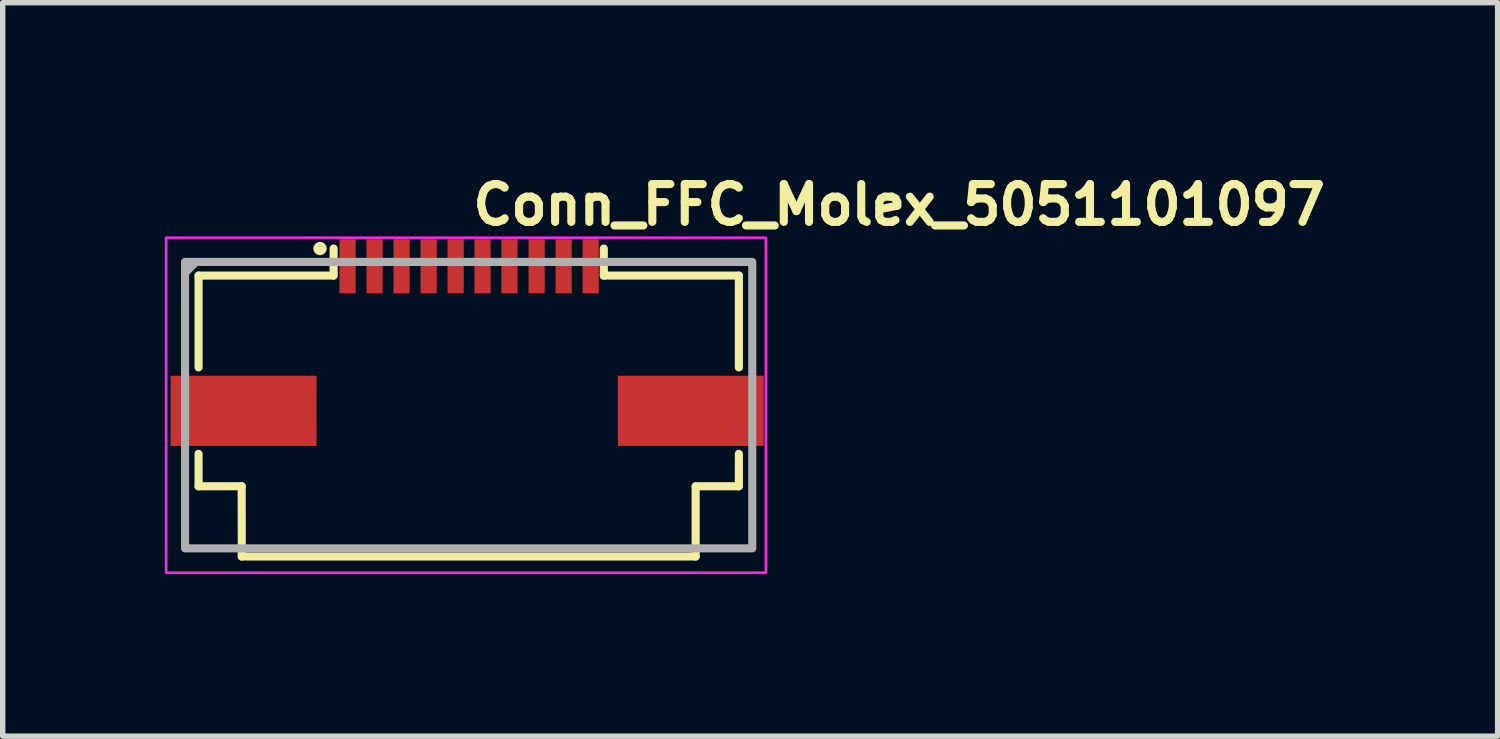
<source format=kicad_pcb>
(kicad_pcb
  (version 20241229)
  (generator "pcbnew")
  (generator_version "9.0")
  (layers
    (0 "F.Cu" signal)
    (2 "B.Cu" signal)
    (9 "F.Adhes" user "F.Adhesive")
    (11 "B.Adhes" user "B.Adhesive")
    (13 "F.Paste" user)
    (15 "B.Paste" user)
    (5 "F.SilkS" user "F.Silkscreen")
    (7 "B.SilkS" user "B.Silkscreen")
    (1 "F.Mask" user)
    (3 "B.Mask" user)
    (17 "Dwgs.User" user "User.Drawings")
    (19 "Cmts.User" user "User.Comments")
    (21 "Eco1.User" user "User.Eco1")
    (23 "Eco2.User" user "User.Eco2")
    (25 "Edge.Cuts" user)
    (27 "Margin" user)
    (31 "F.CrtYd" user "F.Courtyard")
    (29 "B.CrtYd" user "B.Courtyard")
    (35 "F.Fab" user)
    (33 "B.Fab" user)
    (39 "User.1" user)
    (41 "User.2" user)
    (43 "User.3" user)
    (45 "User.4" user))
  (footprint "Conn_FFC_Molex_5051101097"
    (layer "F.Cu")
    (at 5.625 4.45)
    (property "Reference" "Conn_FFC_Molex_5051101097" (at 0 -3.3 0) (layer "F.SilkS") (effects (font (size 0.7 0.7) (thickness 0.15)) (justify left bottom)))
    (attr smd)
    (fp_line (start -5 -2.4) (end -2.5 -2.4) (stroke (width 0.15) (type solid)) (layer "F.SilkS"))
    (fp_line (start -5 -0.7) (end -5 -2.4) (stroke (width 0.15) (type solid)) (layer "F.SilkS"))
    (fp_line (start -5 1.5) (end -5 0.9) (stroke (width 0.15) (type solid)) (layer "F.SilkS"))
    (fp_line (start -4.202 1.5) (end -5 1.5) (stroke (width 0.15) (type solid)) (layer "F.SilkS"))
    (fp_line (start -4.202 1.5) (end -4.2 2.8) (stroke (width 0.15) (type solid)) (layer "F.SilkS"))
    (fp_line (start -4.2 2.8) (end 4.2 2.8) (stroke (width 0.15) (type solid)) (layer "F.SilkS"))
    (fp_line (start -2.5 -2.4) (end -2.5 -2.9) (stroke (width 0.15) (type solid)) (layer "F.SilkS"))
    (fp_line (start 2.5 -2.4) (end 2.5 -2.9) (stroke (width 0.15) (type solid)) (layer "F.SilkS"))
    (fp_line (start 4.2 1.5) (end 4.2 2.8) (stroke (width 0.15) (type solid)) (layer "F.SilkS"))
    (fp_line (start 5 -2.4) (end 2.5 -2.4) (stroke (width 0.15) (type solid)) (layer "F.SilkS"))
    (fp_line (start 5 -0.7) (end 5 -2.4) (stroke (width 0.15) (type solid)) (layer "F.SilkS"))
    (fp_line (start 5 1.5) (end 4.2 1.5) (stroke (width 0.15) (type solid)) (layer "F.SilkS"))
    (fp_line (start 5 1.5) (end 5 0.9) (stroke (width 0.15) (type solid)) (layer "F.SilkS"))
    (fp_circle (center -2.752 -2.9) (end -2.704 -2.9) (stroke (width 0.15) (type solid)) (fill yes) (layer "F.SilkS"))
    (fp_rect (start -5.6 -3.1) (end 5.5 3.1) (stroke (width 0.05) (type solid)) (fill no) (layer "F.CrtYd"))
    (fp_line (start -5.225 -2.475) (end -5.075 -2.625) (stroke (width 0.15) (type solid)) (layer "F.Fab"))
    (fp_rect (start -5.25 -2.652) (end 5.248 2.649) (stroke (width 0.15) (type solid)) (fill no) (layer "F.Fab"))
    (fp_rect (start -5.25 -2.652) (end 5.248 2.649) (stroke (width 0.1) (type solid)) (fill no) (layer "User.5"))
    (fp_line (start -5.25 -0.019) (end -5.25 -0.01) (stroke (width 0.02) (type solid)) (layer "User.9"))
    (fp_line (start -5.25 -0.01) (end -5.25 0.001) (stroke (width 0.02) (type solid)) (layer "User.9"))
    (fp_line (start -5.25 0.498) (end -5.25 0.001) (stroke (width 0.02) (type solid)) (layer "User.9"))
    (fp_line (start -5.25 0.498) (end -5.25 0.508) (stroke (width 0.02) (type solid)) (layer "User.9"))
    (fp_line (start -5.25 0.508) (end -5.25 0.52) (stroke (width 0.02) (type solid)) (layer "User.9"))
    (fp_line (start -5.25 0.52) (end -5.249 0.53) (stroke (width 0.02) (type solid)) (layer "User.9"))
    (fp_line (start -5.249 -0.03) (end -5.25 -0.019) (stroke (width 0.02) (type solid)) (layer "User.9"))
    (fp_line (start -5.249 0.53) (end -5.247 0.54) (stroke (width 0.02) (type solid)) (layer "User.9"))
    (fp_line (start -5.247 -0.039) (end -5.249 -0.03) (stroke (width 0.02) (type solid)) (layer "User.9"))
    (fp_line (start -5.247 0.54) (end -5.244 0.549) (stroke (width 0.02) (type solid)) (layer "User.9"))
    (fp_line (start -5.244 -0.05) (end -5.247 -0.039) (stroke (width 0.02) (type solid)) (layer "User.9"))
    (fp_line (start -5.244 0.549) (end -5.242 0.559) (stroke (width 0.02) (type solid)) (layer "User.9"))
    (fp_line (start -5.242 -0.06) (end -5.244 -0.05) (stroke (width 0.02) (type solid)) (layer "User.9"))
    (fp_line (start -5.242 0.559) (end -5.239 0.568) (stroke (width 0.02) (type solid)) (layer "User.9"))
    (fp_line (start -5.239 -0.069) (end -5.242 -0.06) (stroke (width 0.02) (type solid)) (layer "User.9"))
    (fp_line (start -5.239 0.568) (end -5.236 0.576) (stroke (width 0.02) (type solid)) (layer "User.9"))
    (fp_line (start -5.236 -0.076) (end -5.239 -0.069) (stroke (width 0.02) (type solid)) (layer "User.9"))
    (fp_line (start -5.236 0.576) (end -5.231 0.584) (stroke (width 0.02) (type solid)) (layer "User.9"))
    (fp_line (start -5.231 -0.087) (end -5.236 -0.076) (stroke (width 0.02) (type solid)) (layer "User.9"))
    (fp_line (start -5.231 0.584) (end -5.228 0.593) (stroke (width 0.02) (type solid)) (layer "User.9"))
    (fp_line (start -5.228 -0.094) (end -5.231 -0.087) (stroke (width 0.02) (type solid)) (layer "User.9"))
    (fp_line (start -5.228 0.593) (end -5.223 0.601) (stroke (width 0.02) (type solid)) (layer "User.9"))
    (fp_line (start -5.223 -0.104) (end -5.228 -0.094) (stroke (width 0.02) (type solid)) (layer "User.9"))
    (fp_line (start -5.223 0.601) (end -5.218 0.609) (stroke (width 0.02) (type solid)) (layer "User.9"))
    (fp_line (start -5.218 -0.11) (end -5.223 -0.104) (stroke (width 0.02) (type solid)) (layer "User.9"))
    (fp_line (start -5.218 0.609) (end -5.212 0.617) (stroke (width 0.02) (type solid)) (layer "User.9"))
    (fp_line (start -5.212 -0.12) (end -5.218 -0.11) (stroke (width 0.02) (type solid)) (layer "User.9"))
    (fp_line (start -5.212 0.617) (end -5.205 0.625) (stroke (width 0.02) (type solid)) (layer "User.9"))
    (fp_line (start -5.205 -0.126) (end -5.212 -0.12) (stroke (width 0.02) (type solid)) (layer "User.9"))
    (fp_line (start -5.205 0.625) (end -5.199 0.633) (stroke (width 0.02) (type solid)) (layer "User.9"))
    (fp_line (start -5.199 -0.136) (end -5.205 -0.126) (stroke (width 0.02) (type solid)) (layer "User.9"))
    (fp_line (start -5.199 0.633) (end -5.194 0.642) (stroke (width 0.02) (type solid)) (layer "User.9"))
    (fp_line (start -5.194 -0.143) (end -5.199 -0.136) (stroke (width 0.02) (type solid)) (layer "User.9"))
    (fp_line (start -5.194 -0.143) (end -5.194 -0.143) (stroke (width 0.02) (type solid)) (layer "User.9"))
    (fp_line (start -5.194 0.642) (end -5.194 0.642) (stroke (width 0.02) (type solid)) (layer "User.9"))
    (fp_line (start -5.194 0.642) (end -5.186 0.649) (stroke (width 0.02) (type solid)) (layer "User.9"))
    (fp_line (start -5.186 -0.148) (end -5.194 -0.143) (stroke (width 0.02) (type solid)) (layer "User.9"))
    (fp_line (start -5.186 0.649) (end -5.178 0.655) (stroke (width 0.02) (type solid)) (layer "User.9"))
    (fp_line (start -5.178 -0.154) (end -5.186 -0.148) (stroke (width 0.02) (type solid)) (layer "User.9"))
    (fp_line (start -5.178 0.655) (end -5.17 0.661) (stroke (width 0.02) (type solid)) (layer "User.9"))
    (fp_line (start -5.17 -0.162) (end -5.178 -0.154) (stroke (width 0.02) (type solid)) (layer "User.9"))
    (fp_line (start -5.17 0.661) (end -5.162 0.667) (stroke (width 0.02) (type solid)) (layer "User.9"))
    (fp_line (start -5.162 -0.168) (end -5.17 -0.162) (stroke (width 0.02) (type solid)) (layer "User.9"))
    (fp_line (start -5.162 0.667) (end -5.154 0.672) (stroke (width 0.02) (type solid)) (layer "User.9"))
    (fp_line (start -5.154 -0.173) (end -5.162 -0.168) (stroke (width 0.02) (type solid)) (layer "User.9"))
    (fp_line (start -5.154 0.672) (end -5.146 0.677) (stroke (width 0.02) (type solid)) (layer "User.9"))
    (fp_line (start -5.146 -0.176) (end -5.154 -0.173) (stroke (width 0.02) (type solid)) (layer "User.9"))
    (fp_line (start -5.146 0.677) (end -5.137 0.681) (stroke (width 0.02) (type solid)) (layer "User.9"))
    (fp_line (start -5.137 -0.18) (end -5.146 -0.176) (stroke (width 0.02) (type solid)) (layer "User.9"))
    (fp_line (start -5.137 0.681) (end -5.127 0.685) (stroke (width 0.02) (type solid)) (layer "User.9"))
    (fp_line (start -5.127 -0.184) (end -5.137 -0.18) (stroke (width 0.02) (type solid)) (layer "User.9"))
    (fp_line (start -5.127 0.685) (end -5.119 0.689) (stroke (width 0.02) (type solid)) (layer "User.9"))
    (fp_line (start -5.119 -0.188) (end -5.127 -0.184) (stroke (width 0.02) (type solid)) (layer "User.9"))
    (fp_line (start -5.119 0.689) (end -5.109 0.692) (stroke (width 0.02) (type solid)) (layer "User.9"))
    (fp_line (start -5.109 -0.191) (end -5.119 -0.188) (stroke (width 0.02) (type solid)) (layer "User.9"))
    (fp_line (start -5.109 0.692) (end -5.101 0.694) (stroke (width 0.02) (type solid)) (layer "User.9"))
    (fp_line (start -5.101 -0.195) (end -5.109 -0.191) (stroke (width 0.02) (type solid)) (layer "User.9"))
    (fp_line (start -5.101 0.694) (end -5.09 0.697) (stroke (width 0.02) (type solid)) (layer "User.9"))
    (fp_line (start -5.09 -0.198) (end -5.101 -0.195) (stroke (width 0.02) (type solid)) (layer "User.9"))
    (fp_line (start -5.09 0.697) (end -5.08 0.698) (stroke (width 0.02) (type solid)) (layer "User.9"))
    (fp_line (start -5.08 -0.199) (end -5.09 -0.198) (stroke (width 0.02) (type solid)) (layer "User.9"))
    (fp_line (start -5.08 0.698) (end -5.071 0.7) (stroke (width 0.02) (type solid)) (layer "User.9"))
    (fp_line (start -5.071 -0.201) (end -5.08 -0.199) (stroke (width 0.02) (type solid)) (layer "User.9"))
    (fp_line (start -5.071 0.7) (end -5.061 0.7) (stroke (width 0.02) (type solid)) (layer "User.9"))
    (fp_line (start -5.061 -0.201) (end -5.071 -0.201) (stroke (width 0.02) (type solid)) (layer "User.9"))
    (fp_line (start -5.061 0.7) (end -5.05 0.7) (stroke (width 0.02) (type solid)) (layer "User.9"))
    (fp_line (start -5.05 -0.202) (end -5.061 -0.201) (stroke (width 0.02) (type solid)) (layer "User.9"))
    (fp_line (start -4.851 -2.601) (end -4.851 -2.25) (stroke (width 0.02) (type solid)) (layer "User.9"))
    (fp_line (start -4.851 -2.25) (end -4.851 1.348) (stroke (width 0.02) (type solid)) (layer "User.9"))
    (fp_line (start -4.851 -0.202) (end -5.05 -0.202) (stroke (width 0.02) (type solid)) (layer "User.9"))
    (fp_line (start -4.851 0.7) (end -5.05 0.7) (stroke (width 0.02) (type solid)) (layer "User.9"))
    (fp_line (start -4.851 1.348) (end -4.202 1.348) (stroke (width 0.02) (type solid)) (layer "User.9"))
    (fp_line (start -4.3 -2.601) (end -4.851 -2.601) (stroke (width 0.02) (type solid)) (layer "User.9"))
    (fp_line (start -4.3 -2.25) (end -4.3 -2.601) (stroke (width 0.02) (type solid)) (layer "User.9"))
    (fp_line (start -4.202 -0.629) (end -2.786 -0.629) (stroke (width 0.02) (type solid)) (layer "User.9"))
    (fp_line (start -4.202 -0.329) (end -4.053 -0.372) (stroke (width 0.02) (type solid)) (layer "User.9"))
    (fp_line (start -4.202 1.348) (end -4.202 -0.832) (stroke (width 0.02) (type solid)) (layer "User.9"))
    (fp_line (start -4.13 -0.24) (end -4.202 -0.261) (stroke (width 0.02) (type solid)) (layer "User.9"))
    (fp_line (start -4.13 -0.163) (end -4.13 -0.24) (stroke (width 0.02) (type solid)) (layer "User.9"))
    (fp_line (start -4.13 0.013) (end -4.13 -0.163) (stroke (width 0.02) (type solid)) (layer "User.9"))
    (fp_line (start -4.13 1.3) (end -4.202 1.3) (stroke (width 0.02) (type solid)) (layer "User.9"))
    (fp_line (start -4.13 1.3) (end -4.13 0.013) (stroke (width 0.02) (type solid)) (layer "User.9"))
    (fp_line (start -4.13 1.3) (end -4.053 1.3) (stroke (width 0.02) (type solid)) (layer "User.9"))
    (fp_line (start -4.053 -0.476) (end -4.053 -0.465) (stroke (width 0.02) (type solid)) (layer "User.9"))
    (fp_line (start -4.053 -0.475) (end -4.053 -0.476) (stroke (width 0.02) (type solid)) (layer "User.9"))
    (fp_line (start -4.053 -0.465) (end -4.053 -0.372) (stroke (width 0.02) (type solid)) (layer "User.9"))
    (fp_line (start -4.053 1.348) (end -4.202 1.348) (stroke (width 0.02) (type solid)) (layer "User.9"))
    (fp_line (start -4.053 1.348) (end -4.053 1.3) (stroke (width 0.02) (type solid)) (layer "User.9"))
    (fp_line (start -4.053 2.548) (end -4.053 1.3) (stroke (width 0.02) (type solid)) (layer "User.9"))
    (fp_line (start -4.053 2.548) (end -2.702 2.548) (stroke (width 0.02) (type solid)) (layer "User.9"))
    (fp_line (start -2.786 -0.688) (end -2.786 -0.629) (stroke (width 0.02) (type solid)) (layer "User.9"))
    (fp_line (start -2.786 -0.476) (end -2.786 -0.629) (stroke (width 0.02) (type solid)) (layer "User.9"))
    (fp_line (start -2.702 2.649) (end -2.702 2.548) (stroke (width 0.02) (type solid)) (layer "User.9"))
    (fp_line (start -2.702 2.649) (end 2.697 2.649) (stroke (width 0.02) (type solid)) (layer "User.9"))
    (fp_line (start -2.355 -0.832) (end -2.355 -0.688) (stroke (width 0.02) (type solid)) (layer "User.9"))
    (fp_line (start -2.355 -0.688) (end -2.786 -0.688) (stroke (width 0.02) (type solid)) (layer "User.9"))
    (fp_line (start -2.355 -0.476) (end -4.053 -0.476) (stroke (width 0.02) (type solid)) (layer "User.9"))
    (fp_line (start -2.355 -0.476) (end -2.355 -0.465) (stroke (width 0.02) (type solid)) (layer "User.9"))
    (fp_line (start -2.355 -0.465) (end -2.355 -0.163) (stroke (width 0.02) (type solid)) (layer "User.9"))
    (fp_line (start -2.355 -0.352) (end -2.327 -0.352) (stroke (width 0.02) (type solid)) (layer "User.9"))
    (fp_line (start -2.355 -0.163) (end -2.355 0.013) (stroke (width 0.02) (type solid)) (layer "User.9"))
    (fp_line (start -2.355 0.013) (end -2.355 0.35) (stroke (width 0.02) (type solid)) (layer "User.9"))
    (fp_line (start -2.355 0.05) (end -2.327 0.05) (stroke (width 0.02) (type solid)) (layer "User.9"))
    (fp_line (start -2.355 0.298) (end -2.327 0.298) (stroke (width 0.02) (type solid)) (layer "User.9"))
    (fp_line (start -2.327 -2.5) (end -2.327 -2.652) (stroke (width 0.02) (type solid)) (layer "User.9"))
    (fp_line (start -2.327 -2.25) (end -2.327 -2.5) (stroke (width 0.02) (type solid)) (layer "User.9"))
    (fp_line (start -2.327 -0.042) (end -2.327 -0.832) (stroke (width 0.02) (type solid)) (layer "User.9"))
    (fp_line (start -2.327 0.173) (end -2.327 -0.042) (stroke (width 0.02) (type solid)) (layer "User.9"))
    (fp_line (start -2.327 0.173) (end -2.327 0.173) (stroke (width 0.02) (type solid)) (layer "User.9"))
    (fp_line (start -2.327 0.261) (end -2.327 0.173) (stroke (width 0.02) (type solid)) (layer "User.9"))
    (fp_line (start -2.327 0.261) (end -2.178 0.261) (stroke (width 0.02) (type solid)) (layer "User.9"))
    (fp_line (start -2.327 0.35) (end -2.327 0.261) (stroke (width 0.02) (type solid)) (layer "User.9"))
    (fp_line (start -2.178 -2.652) (end -2.327 -2.652) (stroke (width 0.02) (type solid)) (layer "User.9"))
    (fp_line (start -2.178 -2.5) (end -2.327 -2.5) (stroke (width 0.02) (type solid)) (layer "User.9"))
    (fp_line (start -2.178 -2.5) (end -2.178 -2.652) (stroke (width 0.02) (type solid)) (layer "User.9"))
    (fp_line (start -2.178 -2.25) (end -2.178 -2.5) (stroke (width 0.02) (type solid)) (layer "User.9"))
    (fp_line (start -2.178 -0.352) (end -2.145 -0.352) (stroke (width 0.02) (type solid)) (layer "User.9"))
    (fp_line (start -2.178 -0.042) (end -2.178 -0.832) (stroke (width 0.02) (type solid)) (layer "User.9"))
    (fp_line (start -2.178 0.05) (end -2.145 0.05) (stroke (width 0.02) (type solid)) (layer "User.9"))
    (fp_line (start -2.178 0.173) (end -2.178 -0.042) (stroke (width 0.02) (type solid)) (layer "User.9"))
    (fp_line (start -2.178 0.173) (end -2.178 0.173) (stroke (width 0.02) (type solid)) (layer "User.9"))
    (fp_line (start -2.178 0.261) (end -2.178 0.173) (stroke (width 0.02) (type solid)) (layer "User.9"))
    (fp_line (start -2.178 0.298) (end -2.145 0.298) (stroke (width 0.02) (type solid)) (layer "User.9"))
    (fp_line (start -2.178 0.35) (end -2.178 0.261) (stroke (width 0.02) (type solid)) (layer "User.9"))
    (fp_line (start -2.145 -0.832) (end -2.145 -0.688) (stroke (width 0.02) (type solid)) (layer "User.9"))
    (fp_line (start -2.145 -0.476) (end -2.145 -0.465) (stroke (width 0.02) (type solid)) (layer "User.9"))
    (fp_line (start -2.145 -0.465) (end -2.145 -0.163) (stroke (width 0.02) (type solid)) (layer "User.9"))
    (fp_line (start -2.145 -0.163) (end -2.145 0.013) (stroke (width 0.02) (type solid)) (layer "User.9"))
    (fp_line (start -2.145 0.013) (end -2.145 0.35) (stroke (width 0.02) (type solid)) (layer "User.9"))
    (fp_line (start -2.145 0.35) (end -2.355 0.35) (stroke (width 0.02) (type solid)) (layer "User.9"))
    (fp_line (start -1.857 -0.832) (end -1.857 -0.688) (stroke (width 0.02) (type solid)) (layer "User.9"))
    (fp_line (start -1.857 -0.688) (end -2.145 -0.688) (stroke (width 0.02) (type solid)) (layer "User.9"))
    (fp_line (start -1.857 -0.476) (end -2.145 -0.476) (stroke (width 0.02) (type solid)) (layer "User.9"))
    (fp_line (start -1.857 -0.476) (end -1.857 -0.465) (stroke (width 0.02) (type solid)) (layer "User.9"))
    (fp_line (start -1.857 -0.465) (end -1.857 -0.163) (stroke (width 0.02) (type solid)) (layer "User.9"))
    (fp_line (start -1.857 -0.352) (end -1.827 -0.352) (stroke (width 0.02) (type solid)) (layer "User.9"))
    (fp_line (start -1.857 -0.163) (end -1.857 0.013) (stroke (width 0.02) (type solid)) (layer "User.9"))
    (fp_line (start -1.857 0.013) (end -1.857 0.35) (stroke (width 0.02) (type solid)) (layer "User.9"))
    (fp_line (start -1.857 0.05) (end -1.827 0.05) (stroke (width 0.02) (type solid)) (layer "User.9"))
    (fp_line (start -1.857 0.298) (end -1.827 0.298) (stroke (width 0.02) (type solid)) (layer "User.9"))
    (fp_line (start -1.827 -2.5) (end -1.827 -2.652) (stroke (width 0.02) (type solid)) (layer "User.9"))
    (fp_line (start -1.827 -2.25) (end -1.827 -2.5) (stroke (width 0.02) (type solid)) (layer "User.9"))
    (fp_line (start -1.827 -0.042) (end -1.827 -0.832) (stroke (width 0.02) (type solid)) (layer "User.9"))
    (fp_line (start -1.827 0.173) (end -1.827 -0.042) (stroke (width 0.02) (type solid)) (layer "User.9"))
    (fp_line (start -1.827 0.173) (end -1.827 0.173) (stroke (width 0.02) (type solid)) (layer "User.9"))
    (fp_line (start -1.827 0.261) (end -1.827 0.173) (stroke (width 0.02) (type solid)) (layer "User.9"))
    (fp_line (start -1.827 0.261) (end -1.676 0.261) (stroke (width 0.02) (type solid)) (layer "User.9"))
    (fp_line (start -1.827 0.35) (end -1.827 0.261) (stroke (width 0.02) (type solid)) (layer "User.9"))
    (fp_line (start -1.676 -2.652) (end -1.827 -2.652) (stroke (width 0.02) (type solid)) (layer "User.9"))
    (fp_line (start -1.676 -2.5) (end -1.827 -2.5) (stroke (width 0.02) (type solid)) (layer "User.9"))
    (fp_line (start -1.676 -2.5) (end -1.676 -2.652) (stroke (width 0.02) (type solid)) (layer "User.9"))
    (fp_line (start -1.676 -2.25) (end -1.676 -2.5) (stroke (width 0.02) (type solid)) (layer "User.9"))
    (fp_line (start -1.676 -0.352) (end -1.645 -0.352) (stroke (width 0.02) (type solid)) (layer "User.9"))
    (fp_line (start -1.676 -0.042) (end -1.676 -0.832) (stroke (width 0.02) (type solid)) (layer "User.9"))
    (fp_line (start -1.676 0.05) (end -1.645 0.05) (stroke (width 0.02) (type solid)) (layer "User.9"))
    (fp_line (start -1.676 0.173) (end -1.676 -0.042) (stroke (width 0.02) (type solid)) (layer "User.9"))
    (fp_line (start -1.676 0.173) (end -1.676 0.173) (stroke (width 0.02) (type solid)) (layer "User.9"))
    (fp_line (start -1.676 0.261) (end -1.676 0.173) (stroke (width 0.02) (type solid)) (layer "User.9"))
    (fp_line (start -1.676 0.298) (end -1.645 0.298) (stroke (width 0.02) (type solid)) (layer "User.9"))
    (fp_line (start -1.676 0.35) (end -1.676 0.261) (stroke (width 0.02) (type solid)) (layer "User.9"))
    (fp_line (start -1.645 -0.832) (end -1.645 -0.688) (stroke (width 0.02) (type solid)) (layer "User.9"))
    (fp_line (start -1.645 -0.476) (end -1.645 -0.465) (stroke (width 0.02) (type solid)) (layer "User.9"))
    (fp_line (start -1.645 -0.465) (end -1.645 -0.163) (stroke (width 0.02) (type solid)) (layer "User.9"))
    (fp_line (start -1.645 -0.163) (end -1.645 0.013) (stroke (width 0.02) (type solid)) (layer "User.9"))
    (fp_line (start -1.645 0.013) (end -1.645 0.35) (stroke (width 0.02) (type solid)) (layer "User.9"))
    (fp_line (start -1.645 0.35) (end -1.857 0.35) (stroke (width 0.02) (type solid)) (layer "User.9"))
    (fp_line (start -1.357 -0.832) (end -1.357 -0.688) (stroke (width 0.02) (type solid)) (layer "User.9"))
    (fp_line (start -1.357 -0.688) (end -1.645 -0.688) (stroke (width 0.02) (type solid)) (layer "User.9"))
    (fp_line (start -1.357 -0.476) (end -1.645 -0.476) (stroke (width 0.02) (type solid)) (layer "User.9"))
    (fp_line (start -1.357 -0.476) (end -1.357 -0.465) (stroke (width 0.02) (type solid)) (layer "User.9"))
    (fp_line (start -1.357 -0.465) (end -1.357 -0.163) (stroke (width 0.02) (type solid)) (layer "User.9"))
    (fp_line (start -1.357 -0.352) (end -1.327 -0.352) (stroke (width 0.02) (type solid)) (layer "User.9"))
    (fp_line (start -1.357 -0.163) (end -1.357 0.013) (stroke (width 0.02) (type solid)) (layer "User.9"))
    (fp_line (start -1.357 0.013) (end -1.357 0.35) (stroke (width 0.02) (type solid)) (layer "User.9"))
    (fp_line (start -1.357 0.05) (end -1.327 0.05) (stroke (width 0.02) (type solid)) (layer "User.9"))
    (fp_line (start -1.357 0.298) (end -1.327 0.298) (stroke (width 0.02) (type solid)) (layer "User.9"))
    (fp_line (start -1.327 -2.5) (end -1.327 -2.652) (stroke (width 0.02) (type solid)) (layer "User.9"))
    (fp_line (start -1.327 -2.25) (end -1.327 -2.5) (stroke (width 0.02) (type solid)) (layer "User.9"))
    (fp_line (start -1.327 -0.042) (end -1.327 -0.832) (stroke (width 0.02) (type solid)) (layer "User.9"))
    (fp_line (start -1.327 0.173) (end -1.327 -0.042) (stroke (width 0.02) (type solid)) (layer "User.9"))
    (fp_line (start -1.327 0.173) (end -1.327 0.173) (stroke (width 0.02) (type solid)) (layer "User.9"))
    (fp_line (start -1.327 0.261) (end -1.327 0.173) (stroke (width 0.02) (type solid)) (layer "User.9"))
    (fp_line (start -1.327 0.261) (end -1.176 0.261) (stroke (width 0.02) (type solid)) (layer "User.9"))
    (fp_line (start -1.327 0.35) (end -1.327 0.261) (stroke (width 0.02) (type solid)) (layer "User.9"))
    (fp_line (start -1.176 -2.652) (end -1.327 -2.652) (stroke (width 0.02) (type solid)) (layer "User.9"))
    (fp_line (start -1.176 -2.5) (end -1.327 -2.5) (stroke (width 0.02) (type solid)) (layer "User.9"))
    (fp_line (start -1.176 -2.5) (end -1.176 -2.652) (stroke (width 0.02) (type solid)) (layer "User.9"))
    (fp_line (start -1.176 -2.25) (end -1.176 -2.5) (stroke (width 0.02) (type solid)) (layer "User.9"))
    (fp_line (start -1.176 -0.352) (end -1.145 -0.352) (stroke (width 0.02) (type solid)) (layer "User.9"))
    (fp_line (start -1.176 -0.042) (end -1.176 -0.832) (stroke (width 0.02) (type solid)) (layer "User.9"))
    (fp_line (start -1.176 0.05) (end -1.145 0.05) (stroke (width 0.02) (type solid)) (layer "User.9"))
    (fp_line (start -1.176 0.173) (end -1.176 -0.042) (stroke (width 0.02) (type solid)) (layer "User.9"))
    (fp_line (start -1.176 0.173) (end -1.176 0.173) (stroke (width 0.02) (type solid)) (layer "User.9"))
    (fp_line (start -1.176 0.261) (end -1.176 0.173) (stroke (width 0.02) (type solid)) (layer "User.9"))
    (fp_line (start -1.176 0.298) (end -1.145 0.298) (stroke (width 0.02) (type solid)) (layer "User.9"))
    (fp_line (start -1.176 0.35) (end -1.176 0.261) (stroke (width 0.02) (type solid)) (layer "User.9"))
    (fp_line (start -1.145 -0.832) (end -1.145 -0.688) (stroke (width 0.02) (type solid)) (layer "User.9"))
    (fp_line (start -1.145 -0.476) (end -1.145 -0.465) (stroke (width 0.02) (type solid)) (layer "User.9"))
    (fp_line (start -1.145 -0.465) (end -1.145 -0.163) (stroke (width 0.02) (type solid)) (layer "User.9"))
    (fp_line (start -1.145 -0.163) (end -1.145 0.013) (stroke (width 0.02) (type solid)) (layer "User.9"))
    (fp_line (start -1.145 0.013) (end -1.145 0.35) (stroke (width 0.02) (type solid)) (layer "User.9"))
    (fp_line (start -1.145 0.35) (end -1.357 0.35) (stroke (width 0.02) (type solid)) (layer "User.9"))
    (fp_line (start -0.856 -0.832) (end -0.856 -0.688) (stroke (width 0.02) (type solid)) (layer "User.9"))
    (fp_line (start -0.856 -0.688) (end -1.145 -0.688) (stroke (width 0.02) (type solid)) (layer "User.9"))
    (fp_line (start -0.856 -0.476) (end -1.145 -0.476) (stroke (width 0.02) (type solid)) (layer "User.9"))
    (fp_line (start -0.856 -0.476) (end -0.856 -0.465) (stroke (width 0.02) (type solid)) (layer "User.9"))
    (fp_line (start -0.856 -0.465) (end -0.856 -0.163) (stroke (width 0.02) (type solid)) (layer "User.9"))
    (fp_line (start -0.856 -0.352) (end -0.828 -0.352) (stroke (width 0.02) (type solid)) (layer "User.9"))
    (fp_line (start -0.856 -0.163) (end -0.856 0.013) (stroke (width 0.02) (type solid)) (layer "User.9"))
    (fp_line (start -0.856 0.013) (end -0.856 0.35) (stroke (width 0.02) (type solid)) (layer "User.9"))
    (fp_line (start -0.856 0.05) (end -0.828 0.05) (stroke (width 0.02) (type solid)) (layer "User.9"))
    (fp_line (start -0.856 0.298) (end -0.828 0.298) (stroke (width 0.02) (type solid)) (layer "User.9"))
    (fp_line (start -0.828 -2.5) (end -0.828 -2.652) (stroke (width 0.02) (type solid)) (layer "User.9"))
    (fp_line (start -0.828 -2.25) (end -0.828 -2.5) (stroke (width 0.02) (type solid)) (layer "User.9"))
    (fp_line (start -0.828 -0.042) (end -0.828 -0.832) (stroke (width 0.02) (type solid)) (layer "User.9"))
    (fp_line (start -0.828 0.173) (end -0.828 -0.042) (stroke (width 0.02) (type solid)) (layer "User.9"))
    (fp_line (start -0.828 0.173) (end -0.828 0.173) (stroke (width 0.02) (type solid)) (layer "User.9"))
    (fp_line (start -0.828 0.261) (end -0.828 0.173) (stroke (width 0.02) (type solid)) (layer "User.9"))
    (fp_line (start -0.828 0.261) (end -0.678 0.261) (stroke (width 0.02) (type solid)) (layer "User.9"))
    (fp_line (start -0.828 0.35) (end -0.828 0.261) (stroke (width 0.02) (type solid)) (layer "User.9"))
    (fp_line (start -0.678 -2.652) (end -0.828 -2.652) (stroke (width 0.02) (type solid)) (layer "User.9"))
    (fp_line (start -0.678 -2.5) (end -0.828 -2.5) (stroke (width 0.02) (type solid)) (layer "User.9"))
    (fp_line (start -0.678 -2.5) (end -0.678 -2.652) (stroke (width 0.02) (type solid)) (layer "User.9"))
    (fp_line (start -0.678 -2.25) (end -0.678 -2.5) (stroke (width 0.02) (type solid)) (layer "User.9"))
    (fp_line (start -0.678 -0.352) (end -0.648 -0.352) (stroke (width 0.02) (type solid)) (layer "User.9"))
    (fp_line (start -0.678 -0.042) (end -0.678 -0.832) (stroke (width 0.02) (type solid)) (layer "User.9"))
    (fp_line (start -0.678 0.05) (end -0.648 0.05) (stroke (width 0.02) (type solid)) (layer "User.9"))
    (fp_line (start -0.678 0.173) (end -0.678 -0.042) (stroke (width 0.02) (type solid)) (layer "User.9"))
    (fp_line (start -0.678 0.173) (end -0.678 0.173) (stroke (width 0.02) (type solid)) (layer "User.9"))
    (fp_line (start -0.678 0.261) (end -0.678 0.173) (stroke (width 0.02) (type solid)) (layer "User.9"))
    (fp_line (start -0.678 0.298) (end -0.648 0.298) (stroke (width 0.02) (type solid)) (layer "User.9"))
    (fp_line (start -0.678 0.35) (end -0.678 0.261) (stroke (width 0.02) (type solid)) (layer "User.9"))
    (fp_line (start -0.648 -0.832) (end -0.648 -0.688) (stroke (width 0.02) (type solid)) (layer "User.9"))
    (fp_line (start -0.648 -0.476) (end -0.648 -0.465) (stroke (width 0.02) (type solid)) (layer "User.9"))
    (fp_line (start -0.648 -0.465) (end -0.648 -0.163) (stroke (width 0.02) (type solid)) (layer "User.9"))
    (fp_line (start -0.648 -0.163) (end -0.648 0.013) (stroke (width 0.02) (type solid)) (layer "User.9"))
    (fp_line (start -0.648 0.013) (end -0.648 0.35) (stroke (width 0.02) (type solid)) (layer "User.9"))
    (fp_line (start -0.648 0.35) (end -0.856 0.35) (stroke (width 0.02) (type solid)) (layer "User.9"))
    (fp_line (start -0.356 -0.832) (end -0.356 -0.688) (stroke (width 0.02) (type solid)) (layer "User.9"))
    (fp_line (start -0.356 -0.688) (end -0.648 -0.688) (stroke (width 0.02) (type solid)) (layer "User.9"))
    (fp_line (start -0.356 -0.476) (end -0.648 -0.476) (stroke (width 0.02) (type solid)) (layer "User.9"))
    (fp_line (start -0.356 -0.476) (end -0.356 -0.465) (stroke (width 0.02) (type solid)) (layer "User.9"))
    (fp_line (start -0.356 -0.465) (end -0.356 -0.163) (stroke (width 0.02) (type solid)) (layer "User.9"))
    (fp_line (start -0.356 -0.352) (end -0.328 -0.352) (stroke (width 0.02) (type solid)) (layer "User.9"))
    (fp_line (start -0.356 -0.163) (end -0.356 0.013) (stroke (width 0.02) (type solid)) (layer "User.9"))
    (fp_line (start -0.356 0.013) (end -0.356 0.35) (stroke (width 0.02) (type solid)) (layer "User.9"))
    (fp_line (start -0.356 0.05) (end -0.328 0.05) (stroke (width 0.02) (type solid)) (layer "User.9"))
    (fp_line (start -0.356 0.298) (end -0.328 0.298) (stroke (width 0.02) (type solid)) (layer "User.9"))
    (fp_line (start -0.328 -2.5) (end -0.328 -2.652) (stroke (width 0.02) (type solid)) (layer "User.9"))
    (fp_line (start -0.328 -2.25) (end -0.328 -2.5) (stroke (width 0.02) (type solid)) (layer "User.9"))
    (fp_line (start -0.328 -0.042) (end -0.328 -0.832) (stroke (width 0.02) (type solid)) (layer "User.9"))
    (fp_line (start -0.328 0.173) (end -0.328 -0.042) (stroke (width 0.02) (type solid)) (layer "User.9"))
    (fp_line (start -0.328 0.173) (end -0.328 0.173) (stroke (width 0.02) (type solid)) (layer "User.9"))
    (fp_line (start -0.328 0.261) (end -0.328 0.173) (stroke (width 0.02) (type solid)) (layer "User.9"))
    (fp_line (start -0.328 0.261) (end -0.176 0.261) (stroke (width 0.02) (type solid)) (layer "User.9"))
    (fp_line (start -0.328 0.35) (end -0.328 0.261) (stroke (width 0.02) (type solid)) (layer "User.9"))
    (fp_line (start -0.176 -2.652) (end -0.328 -2.652) (stroke (width 0.02) (type solid)) (layer "User.9"))
    (fp_line (start -0.176 -2.5) (end -0.328 -2.5) (stroke (width 0.02) (type solid)) (layer "User.9"))
    (fp_line (start -0.176 -2.5) (end -0.176 -2.652) (stroke (width 0.02) (type solid)) (layer "User.9"))
    (fp_line (start -0.176 -2.25) (end -0.176 -2.5) (stroke (width 0.02) (type solid)) (layer "User.9"))
    (fp_line (start -0.176 -0.352) (end -0.146 -0.352) (stroke (width 0.02) (type solid)) (layer "User.9"))
    (fp_line (start -0.176 -0.042) (end -0.176 -0.832) (stroke (width 0.02) (type solid)) (layer "User.9"))
    (fp_line (start -0.176 0.05) (end -0.146 0.05) (stroke (width 0.02) (type solid)) (layer "User.9"))
    (fp_line (start -0.176 0.173) (end -0.176 -0.042) (stroke (width 0.02) (type solid)) (layer "User.9"))
    (fp_line (start -0.176 0.173) (end -0.176 0.173) (stroke (width 0.02) (type solid)) (layer "User.9"))
    (fp_line (start -0.176 0.261) (end -0.176 0.173) (stroke (width 0.02) (type solid)) (layer "User.9"))
    (fp_line (start -0.176 0.298) (end -0.146 0.298) (stroke (width 0.02) (type solid)) (layer "User.9"))
    (fp_line (start -0.176 0.35) (end -0.176 0.261) (stroke (width 0.02) (type solid)) (layer "User.9"))
    (fp_line (start -0.146 -0.832) (end -0.146 -0.688) (stroke (width 0.02) (type solid)) (layer "User.9"))
    (fp_line (start -0.146 -0.476) (end -0.146 -0.465) (stroke (width 0.02) (type solid)) (layer "User.9"))
    (fp_line (start -0.146 -0.465) (end -0.146 -0.163) (stroke (width 0.02) (type solid)) (layer "User.9"))
    (fp_line (start -0.146 -0.163) (end -0.146 0.013) (stroke (width 0.02) (type solid)) (layer "User.9"))
    (fp_line (start -0.146 0.013) (end -0.146 0.35) (stroke (width 0.02) (type solid)) (layer "User.9"))
    (fp_line (start -0.146 0.35) (end -0.356 0.35) (stroke (width 0.02) (type solid)) (layer "User.9"))
    (fp_line (start 0.144 -0.832) (end 0.144 -0.688) (stroke (width 0.02) (type solid)) (layer "User.9"))
    (fp_line (start 0.144 -0.688) (end -0.146 -0.688) (stroke (width 0.02) (type solid)) (layer "User.9"))
    (fp_line (start 0.144 -0.476) (end -0.146 -0.476) (stroke (width 0.02) (type solid)) (layer "User.9"))
    (fp_line (start 0.144 -0.476) (end 0.144 -0.465) (stroke (width 0.02) (type solid)) (layer "User.9"))
    (fp_line (start 0.144 -0.465) (end 0.144 -0.163) (stroke (width 0.02) (type solid)) (layer "User.9"))
    (fp_line (start 0.144 -0.352) (end 0.174 -0.352) (stroke (width 0.02) (type solid)) (layer "User.9"))
    (fp_line (start 0.144 -0.163) (end 0.144 0.013) (stroke (width 0.02) (type solid)) (layer "User.9"))
    (fp_line (start 0.144 0.013) (end 0.144 0.35) (stroke (width 0.02) (type solid)) (layer "User.9"))
    (fp_line (start 0.144 0.05) (end 0.174 0.05) (stroke (width 0.02) (type solid)) (layer "User.9"))
    (fp_line (start 0.144 0.298) (end 0.174 0.298) (stroke (width 0.02) (type solid)) (layer "User.9"))
    (fp_line (start 0.174 -2.5) (end 0.174 -2.652) (stroke (width 0.02) (type solid)) (layer "User.9"))
    (fp_line (start 0.174 -2.25) (end 0.174 -2.5) (stroke (width 0.02) (type solid)) (layer "User.9"))
    (fp_line (start 0.174 -0.042) (end 0.174 -0.832) (stroke (width 0.02) (type solid)) (layer "User.9"))
    (fp_line (start 0.174 0.173) (end 0.174 -0.042) (stroke (width 0.02) (type solid)) (layer "User.9"))
    (fp_line (start 0.174 0.173) (end 0.174 0.173) (stroke (width 0.02) (type solid)) (layer "User.9"))
    (fp_line (start 0.174 0.261) (end 0.174 0.173) (stroke (width 0.02) (type solid)) (layer "User.9"))
    (fp_line (start 0.174 0.261) (end 0.324 0.261) (stroke (width 0.02) (type solid)) (layer "User.9"))
    (fp_line (start 0.174 0.35) (end 0.174 0.261) (stroke (width 0.02) (type solid)) (layer "User.9"))
    (fp_line (start 0.324 -2.652) (end 0.174 -2.652) (stroke (width 0.02) (type solid)) (layer "User.9"))
    (fp_line (start 0.324 -2.5) (end 0.174 -2.5) (stroke (width 0.02) (type solid)) (layer "User.9"))
    (fp_line (start 0.324 -2.5) (end 0.324 -2.652) (stroke (width 0.02) (type solid)) (layer "User.9"))
    (fp_line (start 0.324 -2.25) (end 0.324 -2.5) (stroke (width 0.02) (type solid)) (layer "User.9"))
    (fp_line (start 0.324 -0.352) (end 0.352 -0.352) (stroke (width 0.02) (type solid)) (layer "User.9"))
    (fp_line (start 0.324 -0.042) (end 0.324 -0.832) (stroke (width 0.02) (type solid)) (layer "User.9"))
    (fp_line (start 0.324 0.05) (end 0.352 0.05) (stroke (width 0.02) (type solid)) (layer "User.9"))
    (fp_line (start 0.324 0.173) (end 0.324 -0.042) (stroke (width 0.02) (type solid)) (layer "User.9"))
    (fp_line (start 0.324 0.173) (end 0.324 0.173) (stroke (width 0.02) (type solid)) (layer "User.9"))
    (fp_line (start 0.324 0.261) (end 0.324 0.173) (stroke (width 0.02) (type solid)) (layer "User.9"))
    (fp_line (start 0.324 0.298) (end 0.352 0.298) (stroke (width 0.02) (type solid)) (layer "User.9"))
    (fp_line (start 0.324 0.35) (end 0.324 0.261) (stroke (width 0.02) (type solid)) (layer "User.9"))
    (fp_line (start 0.352 -0.832) (end 0.352 -0.688) (stroke (width 0.02) (type solid)) (layer "User.9"))
    (fp_line (start 0.352 -0.476) (end 0.352 -0.465) (stroke (width 0.02) (type solid)) (layer "User.9"))
    (fp_line (start 0.352 -0.465) (end 0.352 -0.163) (stroke (width 0.02) (type solid)) (layer "User.9"))
    (fp_line (start 0.352 -0.163) (end 0.352 0.013) (stroke (width 0.02) (type solid)) (layer "User.9"))
    (fp_line (start 0.352 0.013) (end 0.352 0.35) (stroke (width 0.02) (type solid)) (layer "User.9"))
    (fp_line (start 0.352 0.35) (end 0.144 0.35) (stroke (width 0.02) (type solid)) (layer "User.9"))
    (fp_line (start 0.644 -0.832) (end 0.644 -0.688) (stroke (width 0.02) (type solid)) (layer "User.9"))
    (fp_line (start 0.644 -0.688) (end 0.352 -0.688) (stroke (width 0.02) (type solid)) (layer "User.9"))
    (fp_line (start 0.644 -0.476) (end 0.352 -0.476) (stroke (width 0.02) (type solid)) (layer "User.9"))
    (fp_line (start 0.644 -0.476) (end 0.644 -0.465) (stroke (width 0.02) (type solid)) (layer "User.9"))
    (fp_line (start 0.644 -0.465) (end 0.644 -0.163) (stroke (width 0.02) (type solid)) (layer "User.9"))
    (fp_line (start 0.644 -0.352) (end 0.674 -0.352) (stroke (width 0.02) (type solid)) (layer "User.9"))
    (fp_line (start 0.644 -0.163) (end 0.644 0.013) (stroke (width 0.02) (type solid)) (layer "User.9"))
    (fp_line (start 0.644 0.013) (end 0.644 0.35) (stroke (width 0.02) (type solid)) (layer "User.9"))
    (fp_line (start 0.644 0.05) (end 0.674 0.05) (stroke (width 0.02) (type solid)) (layer "User.9"))
    (fp_line (start 0.644 0.298) (end 0.674 0.298) (stroke (width 0.02) (type solid)) (layer "User.9"))
    (fp_line (start 0.674 -2.5) (end 0.674 -2.652) (stroke (width 0.02) (type solid)) (layer "User.9"))
    (fp_line (start 0.674 -2.25) (end 0.674 -2.5) (stroke (width 0.02) (type solid)) (layer "User.9"))
    (fp_line (start 0.674 -0.042) (end 0.674 -0.832) (stroke (width 0.02) (type solid)) (layer "User.9"))
    (fp_line (start 0.674 0.173) (end 0.674 -0.042) (stroke (width 0.02) (type solid)) (layer "User.9"))
    (fp_line (start 0.674 0.173) (end 0.674 0.173) (stroke (width 0.02) (type solid)) (layer "User.9"))
    (fp_line (start 0.674 0.261) (end 0.674 0.173) (stroke (width 0.02) (type solid)) (layer "User.9"))
    (fp_line (start 0.674 0.261) (end 0.824 0.261) (stroke (width 0.02) (type solid)) (layer "User.9"))
    (fp_line (start 0.674 0.35) (end 0.674 0.261) (stroke (width 0.02) (type solid)) (layer "User.9"))
    (fp_line (start 0.824 -2.652) (end 0.674 -2.652) (stroke (width 0.02) (type solid)) (layer "User.9"))
    (fp_line (start 0.824 -2.5) (end 0.674 -2.5) (stroke (width 0.02) (type solid)) (layer "User.9"))
    (fp_line (start 0.824 -2.5) (end 0.824 -2.652) (stroke (width 0.02) (type solid)) (layer "User.9"))
    (fp_line (start 0.824 -2.25) (end 0.824 -2.5) (stroke (width 0.02) (type solid)) (layer "User.9"))
    (fp_line (start 0.824 -0.352) (end 0.852 -0.352) (stroke (width 0.02) (type solid)) (layer "User.9"))
    (fp_line (start 0.824 -0.042) (end 0.824 -0.832) (stroke (width 0.02) (type solid)) (layer "User.9"))
    (fp_line (start 0.824 0.05) (end 0.852 0.05) (stroke (width 0.02) (type solid)) (layer "User.9"))
    (fp_line (start 0.824 0.173) (end 0.824 -0.042) (stroke (width 0.02) (type solid)) (layer "User.9"))
    (fp_line (start 0.824 0.173) (end 0.824 0.173) (stroke (width 0.02) (type solid)) (layer "User.9"))
    (fp_line (start 0.824 0.261) (end 0.824 0.173) (stroke (width 0.02) (type solid)) (layer "User.9"))
    (fp_line (start 0.824 0.298) (end 0.852 0.298) (stroke (width 0.02) (type solid)) (layer "User.9"))
    (fp_line (start 0.824 0.35) (end 0.824 0.261) (stroke (width 0.02) (type solid)) (layer "User.9"))
    (fp_line (start 0.852 -0.832) (end 0.852 -0.688) (stroke (width 0.02) (type solid)) (layer "User.9"))
    (fp_line (start 0.852 -0.476) (end 0.852 -0.465) (stroke (width 0.02) (type solid)) (layer "User.9"))
    (fp_line (start 0.852 -0.465) (end 0.852 -0.163) (stroke (width 0.02) (type solid)) (layer "User.9"))
    (fp_line (start 0.852 -0.163) (end 0.852 0.013) (stroke (width 0.02) (type solid)) (layer "User.9"))
    (fp_line (start 0.852 0.013) (end 0.852 0.35) (stroke (width 0.02) (type solid)) (layer "User.9"))
    (fp_line (start 0.852 0.35) (end 0.644 0.35) (stroke (width 0.02) (type solid)) (layer "User.9"))
    (fp_line (start 1.144 -0.832) (end 1.144 -0.688) (stroke (width 0.02) (type solid)) (layer "User.9"))
    (fp_line (start 1.144 -0.688) (end 0.852 -0.688) (stroke (width 0.02) (type solid)) (layer "User.9"))
    (fp_line (start 1.144 -0.476) (end 0.852 -0.476) (stroke (width 0.02) (type solid)) (layer "User.9"))
    (fp_line (start 1.144 -0.476) (end 1.144 -0.465) (stroke (width 0.02) (type solid)) (layer "User.9"))
    (fp_line (start 1.144 -0.465) (end 1.144 -0.163) (stroke (width 0.02) (type solid)) (layer "User.9"))
    (fp_line (start 1.144 -0.352) (end 1.173 -0.352) (stroke (width 0.02) (type solid)) (layer "User.9"))
    (fp_line (start 1.144 -0.163) (end 1.144 0.013) (stroke (width 0.02) (type solid)) (layer "User.9"))
    (fp_line (start 1.144 0.013) (end 1.144 0.35) (stroke (width 0.02) (type solid)) (layer "User.9"))
    (fp_line (start 1.144 0.05) (end 1.173 0.05) (stroke (width 0.02) (type solid)) (layer "User.9"))
    (fp_line (start 1.144 0.298) (end 1.173 0.298) (stroke (width 0.02) (type solid)) (layer "User.9"))
    (fp_line (start 1.173 -2.5) (end 1.173 -2.652) (stroke (width 0.02) (type solid)) (layer "User.9"))
    (fp_line (start 1.173 -2.25) (end 1.173 -2.5) (stroke (width 0.02) (type solid)) (layer "User.9"))
    (fp_line (start 1.173 -0.042) (end 1.173 -0.832) (stroke (width 0.02) (type solid)) (layer "User.9"))
    (fp_line (start 1.173 0.173) (end 1.173 -0.042) (stroke (width 0.02) (type solid)) (layer "User.9"))
    (fp_line (start 1.173 0.173) (end 1.173 0.173) (stroke (width 0.02) (type solid)) (layer "User.9"))
    (fp_line (start 1.173 0.261) (end 1.173 0.173) (stroke (width 0.02) (type solid)) (layer "User.9"))
    (fp_line (start 1.173 0.261) (end 1.324 0.261) (stroke (width 0.02) (type solid)) (layer "User.9"))
    (fp_line (start 1.173 0.35) (end 1.173 0.261) (stroke (width 0.02) (type solid)) (layer "User.9"))
    (fp_line (start 1.324 -2.652) (end 1.173 -2.652) (stroke (width 0.02) (type solid)) (layer "User.9"))
    (fp_line (start 1.324 -2.5) (end 1.173 -2.5) (stroke (width 0.02) (type solid)) (layer "User.9"))
    (fp_line (start 1.324 -2.5) (end 1.324 -2.652) (stroke (width 0.02) (type solid)) (layer "User.9"))
    (fp_line (start 1.324 -2.25) (end 1.324 -2.5) (stroke (width 0.02) (type solid)) (layer "User.9"))
    (fp_line (start 1.324 -0.352) (end 1.354 -0.352) (stroke (width 0.02) (type solid)) (layer "User.9"))
    (fp_line (start 1.324 -0.042) (end 1.324 -0.832) (stroke (width 0.02) (type solid)) (layer "User.9"))
    (fp_line (start 1.324 0.05) (end 1.354 0.05) (stroke (width 0.02) (type solid)) (layer "User.9"))
    (fp_line (start 1.324 0.173) (end 1.324 -0.042) (stroke (width 0.02) (type solid)) (layer "User.9"))
    (fp_line (start 1.324 0.173) (end 1.324 0.173) (stroke (width 0.02) (type solid)) (layer "User.9"))
    (fp_line (start 1.324 0.261) (end 1.324 0.173) (stroke (width 0.02) (type solid)) (layer "User.9"))
    (fp_line (start 1.324 0.298) (end 1.354 0.298) (stroke (width 0.02) (type solid)) (layer "User.9"))
    (fp_line (start 1.324 0.35) (end 1.324 0.261) (stroke (width 0.02) (type solid)) (layer "User.9"))
    (fp_line (start 1.354 -0.832) (end 1.354 -0.688) (stroke (width 0.02) (type solid)) (layer "User.9"))
    (fp_line (start 1.354 -0.476) (end 1.354 -0.465) (stroke (width 0.02) (type solid)) (layer "User.9"))
    (fp_line (start 1.354 -0.465) (end 1.354 -0.163) (stroke (width 0.02) (type solid)) (layer "User.9"))
    (fp_line (start 1.354 -0.163) (end 1.354 0.013) (stroke (width 0.02) (type solid)) (layer "User.9"))
    (fp_line (start 1.354 0.013) (end 1.354 0.35) (stroke (width 0.02) (type solid)) (layer "User.9"))
    (fp_line (start 1.354 0.35) (end 1.144 0.35) (stroke (width 0.02) (type solid)) (layer "User.9"))
    (fp_line (start 1.644 -0.832) (end 1.644 -0.688) (stroke (width 0.02) (type solid)) (layer "User.9"))
    (fp_line (start 1.644 -0.688) (end 1.354 -0.688) (stroke (width 0.02) (type solid)) (layer "User.9"))
    (fp_line (start 1.644 -0.476) (end 1.354 -0.476) (stroke (width 0.02) (type solid)) (layer "User.9"))
    (fp_line (start 1.644 -0.476) (end 1.644 -0.465) (stroke (width 0.02) (type solid)) (layer "User.9"))
    (fp_line (start 1.644 -0.465) (end 1.644 -0.163) (stroke (width 0.02) (type solid)) (layer "User.9"))
    (fp_line (start 1.644 -0.352) (end 1.673 -0.352) (stroke (width 0.02) (type solid)) (layer "User.9"))
    (fp_line (start 1.644 -0.163) (end 1.644 0.013) (stroke (width 0.02) (type solid)) (layer "User.9"))
    (fp_line (start 1.644 0.013) (end 1.644 0.35) (stroke (width 0.02) (type solid)) (layer "User.9"))
    (fp_line (start 1.644 0.05) (end 1.673 0.05) (stroke (width 0.02) (type solid)) (layer "User.9"))
    (fp_line (start 1.644 0.298) (end 1.673 0.298) (stroke (width 0.02) (type solid)) (layer "User.9"))
    (fp_line (start 1.673 -2.5) (end 1.673 -2.652) (stroke (width 0.02) (type solid)) (layer "User.9"))
    (fp_line (start 1.673 -2.25) (end 1.673 -2.5) (stroke (width 0.02) (type solid)) (layer "User.9"))
    (fp_line (start 1.673 -0.042) (end 1.673 -0.832) (stroke (width 0.02) (type solid)) (layer "User.9"))
    (fp_line (start 1.673 0.173) (end 1.673 -0.042) (stroke (width 0.02) (type solid)) (layer "User.9"))
    (fp_line (start 1.673 0.173) (end 1.673 0.173) (stroke (width 0.02) (type solid)) (layer "User.9"))
    (fp_line (start 1.673 0.261) (end 1.673 0.173) (stroke (width 0.02) (type solid)) (layer "User.9"))
    (fp_line (start 1.673 0.261) (end 1.824 0.261) (stroke (width 0.02) (type solid)) (layer "User.9"))
    (fp_line (start 1.673 0.35) (end 1.673 0.261) (stroke (width 0.02) (type solid)) (layer "User.9"))
    (fp_line (start 1.824 -2.652) (end 1.673 -2.652) (stroke (width 0.02) (type solid)) (layer "User.9"))
    (fp_line (start 1.824 -2.5) (end 1.673 -2.5) (stroke (width 0.02) (type solid)) (layer "User.9"))
    (fp_line (start 1.824 -2.5) (end 1.824 -2.652) (stroke (width 0.02) (type solid)) (layer "User.9"))
    (fp_line (start 1.824 -2.25) (end 1.824 -2.5) (stroke (width 0.02) (type solid)) (layer "User.9"))
    (fp_line (start 1.824 -0.352) (end 1.854 -0.352) (stroke (width 0.02) (type solid)) (layer "User.9"))
    (fp_line (start 1.824 -0.042) (end 1.824 -0.832) (stroke (width 0.02) (type solid)) (layer "User.9"))
    (fp_line (start 1.824 0.05) (end 1.854 0.05) (stroke (width 0.02) (type solid)) (layer "User.9"))
    (fp_line (start 1.824 0.173) (end 1.824 -0.042) (stroke (width 0.02) (type solid)) (layer "User.9"))
    (fp_line (start 1.824 0.173) (end 1.824 0.173) (stroke (width 0.02) (type solid)) (layer "User.9"))
    (fp_line (start 1.824 0.261) (end 1.824 0.173) (stroke (width 0.02) (type solid)) (layer "User.9"))
    (fp_line (start 1.824 0.298) (end 1.854 0.298) (stroke (width 0.02) (type solid)) (layer "User.9"))
    (fp_line (start 1.824 0.35) (end 1.824 0.261) (stroke (width 0.02) (type solid)) (layer "User.9"))
    (fp_line (start 1.854 -0.832) (end 1.854 -0.688) (stroke (width 0.02) (type solid)) (layer "User.9"))
    (fp_line (start 1.854 -0.476) (end 1.854 -0.465) (stroke (width 0.02) (type solid)) (layer "User.9"))
    (fp_line (start 1.854 -0.465) (end 1.854 -0.163) (stroke (width 0.02) (type solid)) (layer "User.9"))
    (fp_line (start 1.854 -0.163) (end 1.854 0.013) (stroke (width 0.02) (type solid)) (layer "User.9"))
    (fp_line (start 1.854 0.013) (end 1.854 0.35) (stroke (width 0.02) (type solid)) (layer "User.9"))
    (fp_line (start 1.854 0.35) (end 1.644 0.35) (stroke (width 0.02) (type solid)) (layer "User.9"))
    (fp_line (start 2.144 -0.832) (end 2.144 -0.688) (stroke (width 0.02) (type solid)) (layer "User.9"))
    (fp_line (start 2.144 -0.688) (end 1.854 -0.688) (stroke (width 0.02) (type solid)) (layer "User.9"))
    (fp_line (start 2.144 -0.476) (end 1.854 -0.476) (stroke (width 0.02) (type solid)) (layer "User.9"))
    (fp_line (start 2.144 -0.476) (end 2.144 -0.465) (stroke (width 0.02) (type solid)) (layer "User.9"))
    (fp_line (start 2.144 -0.465) (end 2.144 -0.163) (stroke (width 0.02) (type solid)) (layer "User.9"))
    (fp_line (start 2.144 -0.352) (end 2.172 -0.352) (stroke (width 0.02) (type solid)) (layer "User.9"))
    (fp_line (start 2.144 -0.163) (end 2.144 0.013) (stroke (width 0.02) (type solid)) (layer "User.9"))
    (fp_line (start 2.144 0.013) (end 2.144 0.35) (stroke (width 0.02) (type solid)) (layer "User.9"))
    (fp_line (start 2.144 0.05) (end 2.172 0.05) (stroke (width 0.02) (type solid)) (layer "User.9"))
    (fp_line (start 2.144 0.298) (end 2.172 0.298) (stroke (width 0.02) (type solid)) (layer "User.9"))
    (fp_line (start 2.172 -2.5) (end 2.172 -2.652) (stroke (width 0.02) (type solid)) (layer "User.9"))
    (fp_line (start 2.172 -2.25) (end 2.172 -2.5) (stroke (width 0.02) (type solid)) (layer "User.9"))
    (fp_line (start 2.172 -0.042) (end 2.172 -0.832) (stroke (width 0.02) (type solid)) (layer "User.9"))
    (fp_line (start 2.172 0.173) (end 2.172 -0.042) (stroke (width 0.02) (type solid)) (layer "User.9"))
    (fp_line (start 2.172 0.173) (end 2.172 0.173) (stroke (width 0.02) (type solid)) (layer "User.9"))
    (fp_line (start 2.172 0.261) (end 2.172 0.173) (stroke (width 0.02) (type solid)) (layer "User.9"))
    (fp_line (start 2.172 0.261) (end 2.322 0.261) (stroke (width 0.02) (type solid)) (layer "User.9"))
    (fp_line (start 2.172 0.35) (end 2.172 0.261) (stroke (width 0.02) (type solid)) (layer "User.9"))
    (fp_line (start 2.322 -2.652) (end 2.172 -2.652) (stroke (width 0.02) (type solid)) (layer "User.9"))
    (fp_line (start 2.322 -2.5) (end 2.172 -2.5) (stroke (width 0.02) (type solid)) (layer "User.9"))
    (fp_line (start 2.322 -2.5) (end 2.322 -2.652) (stroke (width 0.02) (type solid)) (layer "User.9"))
    (fp_line (start 2.322 -2.25) (end 2.322 -2.5) (stroke (width 0.02) (type solid)) (layer "User.9"))
    (fp_line (start 2.322 -0.352) (end 2.354 -0.352) (stroke (width 0.02) (type solid)) (layer "User.9"))
    (fp_line (start 2.322 -0.042) (end 2.322 -0.832) (stroke (width 0.02) (type solid)) (layer "User.9"))
    (fp_line (start 2.322 0.05) (end 2.354 0.05) (stroke (width 0.02) (type solid)) (layer "User.9"))
    (fp_line (start 2.322 0.173) (end 2.322 -0.042) (stroke (width 0.02) (type solid)) (layer "User.9"))
    (fp_line (start 2.322 0.173) (end 2.322 0.173) (stroke (width 0.02) (type solid)) (layer "User.9"))
    (fp_line (start 2.322 0.261) (end 2.322 0.173) (stroke (width 0.02) (type solid)) (layer "User.9"))
    (fp_line (start 2.322 0.298) (end 2.354 0.298) (stroke (width 0.02) (type solid)) (layer "User.9"))
    (fp_line (start 2.322 0.35) (end 2.322 0.261) (stroke (width 0.02) (type solid)) (layer "User.9"))
    (fp_line (start 2.354 -0.832) (end 2.354 -0.688) (stroke (width 0.02) (type solid)) (layer "User.9"))
    (fp_line (start 2.354 -0.476) (end 2.354 -0.465) (stroke (width 0.02) (type solid)) (layer "User.9"))
    (fp_line (start 2.354 -0.465) (end 2.354 -0.163) (stroke (width 0.02) (type solid)) (layer "User.9"))
    (fp_line (start 2.354 -0.163) (end 2.354 0.013) (stroke (width 0.02) (type solid)) (layer "User.9"))
    (fp_line (start 2.354 0.013) (end 2.354 0.35) (stroke (width 0.02) (type solid)) (layer "User.9"))
    (fp_line (start 2.354 0.35) (end 2.144 0.35) (stroke (width 0.02) (type solid)) (layer "User.9"))
    (fp_line (start 2.697 2.649) (end 2.697 2.548) (stroke (width 0.02) (type solid)) (layer "User.9"))
    (fp_line (start 2.784 -0.688) (end 2.354 -0.688) (stroke (width 0.02) (type solid)) (layer "User.9"))
    (fp_line (start 2.784 -0.688) (end 2.784 -0.629) (stroke (width 0.02) (type solid)) (layer "User.9"))
    (fp_line (start 2.784 -0.629) (end 4.201 -0.629) (stroke (width 0.02) (type solid)) (layer "User.9"))
    (fp_line (start 2.784 -0.476) (end 2.784 -0.629) (stroke (width 0.02) (type solid)) (layer "User.9"))
    (fp_line (start 4.049 -0.476) (end 2.354 -0.476) (stroke (width 0.02) (type solid)) (layer "User.9"))
    (fp_line (start 4.049 -0.476) (end 4.049 -0.465) (stroke (width 0.02) (type solid)) (layer "User.9"))
    (fp_line (start 4.049 -0.475) (end 4.049 -0.476) (stroke (width 0.02) (type solid)) (layer "User.9"))
    (fp_line (start 4.049 -0.465) (end 4.049 -0.372) (stroke (width 0.02) (type solid)) (layer "User.9"))
    (fp_line (start 4.049 -0.372) (end 4.201 -0.329) (stroke (width 0.02) (type solid)) (layer "User.9"))
    (fp_line (start 4.049 1.3) (end 4.129 1.3) (stroke (width 0.02) (type solid)) (layer "User.9"))
    (fp_line (start 4.049 1.348) (end 4.049 1.3) (stroke (width 0.02) (type solid)) (layer "User.9"))
    (fp_line (start 4.049 2.548) (end 2.697 2.548) (stroke (width 0.02) (type solid)) (layer "User.9"))
    (fp_line (start 4.049 2.548) (end 4.049 1.3) (stroke (width 0.02) (type solid)) (layer "User.9"))
    (fp_line (start 4.129 -0.24) (end 4.129 -0.163) (stroke (width 0.02) (type solid)) (layer "User.9"))
    (fp_line (start 4.129 -0.163) (end 4.129 0.013) (stroke (width 0.02) (type solid)) (layer "User.9"))
    (fp_line (start 4.129 1.3) (end 4.129 0.013) (stroke (width 0.02) (type solid)) (layer "User.9"))
    (fp_line (start 4.201 -0.832) (end -4.202 -0.832) (stroke (width 0.02) (type solid)) (layer "User.9"))
    (fp_line (start 4.201 -0.261) (end 4.129 -0.24) (stroke (width 0.02) (type solid)) (layer "User.9"))
    (fp_line (start 4.201 1.3) (end 4.129 1.3) (stroke (width 0.02) (type solid)) (layer "User.9"))
    (fp_line (start 4.201 1.348) (end 4.049 1.348) (stroke (width 0.02) (type solid)) (layer "User.9"))
    (fp_line (start 4.201 1.348) (end 4.201 -0.832) (stroke (width 0.02) (type solid)) (layer "User.9"))
    (fp_line (start 4.201 1.348) (end 4.849 1.348) (stroke (width 0.02) (type solid)) (layer "User.9"))
    (fp_line (start 4.299 -2.601) (end 4.299 -2.25) (stroke (width 0.02) (type solid)) (layer "User.9"))
    (fp_line (start 4.849 -2.601) (end 4.299 -2.601) (stroke (width 0.02) (type solid)) (layer "User.9"))
    (fp_line (start 4.849 -2.601) (end 4.849 -2.25) (stroke (width 0.02) (type solid)) (layer "User.9"))
    (fp_line (start 4.849 -2.25) (end -4.851 -2.25) (stroke (width 0.02) (type solid)) (layer "User.9"))
    (fp_line (start 4.849 1.348) (end 4.849 -2.25) (stroke (width 0.02) (type solid)) (layer "User.9"))
    (fp_line (start 5.049 -0.202) (end 4.849 -0.202) (stroke (width 0.02) (type solid)) (layer "User.9"))
    (fp_line (start 5.049 0.7) (end 4.849 0.7) (stroke (width 0.02) (type solid)) (layer "User.9"))
    (fp_line (start 5.049 0.7) (end 5.06 0.7) (stroke (width 0.02) (type solid)) (layer "User.9"))
    (fp_line (start 5.06 -0.201) (end 5.049 -0.202) (stroke (width 0.02) (type solid)) (layer "User.9"))
    (fp_line (start 5.06 0.7) (end 5.07 0.699) (stroke (width 0.02) (type solid)) (layer "User.9"))
    (fp_line (start 5.07 -0.2) (end 5.06 -0.201) (stroke (width 0.02) (type solid)) (layer "User.9"))
    (fp_line (start 5.07 0.699) (end 5.078 0.698) (stroke (width 0.02) (type solid)) (layer "User.9"))
    (fp_line (start 5.078 -0.199) (end 5.07 -0.2) (stroke (width 0.02) (type solid)) (layer "User.9"))
    (fp_line (start 5.078 0.698) (end 5.089 0.696) (stroke (width 0.02) (type solid)) (layer "User.9"))
    (fp_line (start 5.089 -0.197) (end 5.078 -0.199) (stroke (width 0.02) (type solid)) (layer "User.9"))
    (fp_line (start 5.089 0.696) (end 5.099 0.694) (stroke (width 0.02) (type solid)) (layer "User.9"))
    (fp_line (start 5.099 -0.195) (end 5.089 -0.197) (stroke (width 0.02) (type solid)) (layer "User.9"))
    (fp_line (start 5.099 0.694) (end 5.108 0.692) (stroke (width 0.02) (type solid)) (layer "User.9"))
    (fp_line (start 5.108 -0.191) (end 5.099 -0.195) (stroke (width 0.02) (type solid)) (layer "User.9"))
    (fp_line (start 5.108 0.692) (end 5.118 0.688) (stroke (width 0.02) (type solid)) (layer "User.9"))
    (fp_line (start 5.118 -0.187) (end 5.108 -0.191) (stroke (width 0.02) (type solid)) (layer "User.9"))
    (fp_line (start 5.118 0.688) (end 5.126 0.685) (stroke (width 0.02) (type solid)) (layer "User.9"))
    (fp_line (start 5.126 -0.184) (end 5.118 -0.187) (stroke (width 0.02) (type solid)) (layer "User.9"))
    (fp_line (start 5.126 0.685) (end 5.137 0.681) (stroke (width 0.02) (type solid)) (layer "User.9"))
    (fp_line (start 5.137 -0.18) (end 5.126 -0.184) (stroke (width 0.02) (type solid)) (layer "User.9"))
    (fp_line (start 5.137 0.681) (end 5.145 0.676) (stroke (width 0.02) (type solid)) (layer "User.9"))
    (fp_line (start 5.145 -0.176) (end 5.137 -0.18) (stroke (width 0.02) (type solid)) (layer "User.9"))
    (fp_line (start 5.145 0.676) (end 5.153 0.672) (stroke (width 0.02) (type solid)) (layer "User.9"))
    (fp_line (start 5.153 -0.173) (end 5.145 -0.176) (stroke (width 0.02) (type solid)) (layer "User.9"))
    (fp_line (start 5.153 0.672) (end 5.161 0.666) (stroke (width 0.02) (type solid)) (layer "User.9"))
    (fp_line (start 5.161 -0.167) (end 5.153 -0.173) (stroke (width 0.02) (type solid)) (layer "User.9"))
    (fp_line (start 5.161 0.666) (end 5.169 0.661) (stroke (width 0.02) (type solid)) (layer "User.9"))
    (fp_line (start 5.169 -0.162) (end 5.161 -0.167) (stroke (width 0.02) (type solid)) (layer "User.9"))
    (fp_line (start 5.169 0.661) (end 5.177 0.655) (stroke (width 0.02) (type solid)) (layer "User.9"))
    (fp_line (start 5.177 -0.154) (end 5.169 -0.162) (stroke (width 0.02) (type solid)) (layer "User.9"))
    (fp_line (start 5.177 0.655) (end 5.185 0.649) (stroke (width 0.02) (type solid)) (layer "User.9"))
    (fp_line (start 5.185 -0.148) (end 5.177 -0.154) (stroke (width 0.02) (type solid)) (layer "User.9"))
    (fp_line (start 5.185 0.649) (end 5.19 0.642) (stroke (width 0.02) (type solid)) (layer "User.9"))
    (fp_line (start 5.19 -0.143) (end 5.185 -0.148) (stroke (width 0.02) (type solid)) (layer "User.9"))
    (fp_line (start 5.19 0.642) (end 5.198 0.633) (stroke (width 0.02) (type solid)) (layer "User.9"))
    (fp_line (start 5.198 -0.136) (end 5.19 -0.143) (stroke (width 0.02) (type solid)) (layer "User.9"))
    (fp_line (start 5.198 0.633) (end 5.203 0.626) (stroke (width 0.02) (type solid)) (layer "User.9"))
    (fp_line (start 5.203 -0.127) (end 5.198 -0.136) (stroke (width 0.02) (type solid)) (layer "User.9"))
    (fp_line (start 5.203 0.626) (end 5.209 0.618) (stroke (width 0.02) (type solid)) (layer "User.9"))
    (fp_line (start 5.209 -0.12) (end 5.203 -0.127) (stroke (width 0.02) (type solid)) (layer "User.9"))
    (fp_line (start 5.209 0.618) (end 5.214 0.61) (stroke (width 0.02) (type solid)) (layer "User.9"))
    (fp_line (start 5.214 -0.111) (end 5.209 -0.12) (stroke (width 0.02) (type solid)) (layer "User.9"))
    (fp_line (start 5.214 0.61) (end 5.219 0.602) (stroke (width 0.02) (type solid)) (layer "User.9"))
    (fp_line (start 5.219 -0.105) (end 5.214 -0.111) (stroke (width 0.02) (type solid)) (layer "User.9"))
    (fp_line (start 5.219 0.602) (end 5.225 0.594) (stroke (width 0.02) (type solid)) (layer "User.9"))
    (fp_line (start 5.225 -0.095) (end 5.219 -0.105) (stroke (width 0.02) (type solid)) (layer "User.9"))
    (fp_line (start 5.225 0.594) (end 5.23 0.585) (stroke (width 0.02) (type solid)) (layer "User.9"))
    (fp_line (start 5.23 -0.088) (end 5.225 -0.095) (stroke (width 0.02) (type solid)) (layer "User.9"))
    (fp_line (start 5.23 0.585) (end 5.233 0.576) (stroke (width 0.02) (type solid)) (layer "User.9"))
    (fp_line (start 5.233 -0.077) (end 5.23 -0.088) (stroke (width 0.02) (type solid)) (layer "User.9"))
    (fp_line (start 5.233 0.576) (end 5.235 0.569) (stroke (width 0.02) (type solid)) (layer "User.9"))
    (fp_line (start 5.235 -0.07) (end 5.233 -0.077) (stroke (width 0.02) (type solid)) (layer "User.9"))
    (fp_line (start 5.235 0.569) (end 5.241 0.56) (stroke (width 0.02) (type solid)) (layer "User.9"))
    (fp_line (start 5.241 -0.06) (end 5.235 -0.07) (stroke (width 0.02) (type solid)) (layer "User.9"))
    (fp_line (start 5.241 0.56) (end 5.243 0.55) (stroke (width 0.02) (type solid)) (layer "User.9"))
    (fp_line (start 5.243 -0.051) (end 5.241 -0.06) (stroke (width 0.02) (type solid)) (layer "User.9"))
    (fp_line (start 5.243 -0.042) (end 5.243 -0.051) (stroke (width 0.02) (type solid)) (layer "User.9"))
    (fp_line (start 5.243 0.541) (end 5.246 0.531) (stroke (width 0.02) (type solid)) (layer "User.9"))
    (fp_line (start 5.243 0.55) (end 5.243 0.541) (stroke (width 0.02) (type solid)) (layer "User.9"))
    (fp_line (start 5.246 -0.03) (end 5.243 -0.042) (stroke (width 0.02) (type solid)) (layer "User.9"))
    (fp_line (start 5.246 0.531) (end 5.248 0.521) (stroke (width 0.02) (type solid)) (layer "User.9"))
    (fp_line (start 5.248 -0.022) (end 5.246 -0.03) (stroke (width 0.02) (type solid)) (layer "User.9"))
    (fp_line (start 5.248 -0.01) (end 5.248 -0.022) (stroke (width 0.02) (type solid)) (layer "User.9"))
    (fp_line (start 5.248 0.001) (end 5.248 -0.01) (stroke (width 0.02) (type solid)) (layer "User.9"))
    (fp_line (start 5.248 0.498) (end 5.248 0.001) (stroke (width 0.02) (type solid)) (layer "User.9"))
    (fp_line (start 5.248 0.509) (end 5.248 0.498) (stroke (width 0.02) (type solid)) (layer "User.9"))
    (fp_line (start 5.248 0.521) (end 5.248 0.509) (stroke (width 0.02) (type solid)) (layer "User.9"))
    (pad "1" smd rect (at -2.242 -2.572) (size 0.3 1) (layers "F.Cu" "F.Mask" "F.Paste"))
    (pad "2" smd rect (at -1.742 -2.572) (size 0.3 1) (layers "F.Cu" "F.Mask" "F.Paste"))
    (pad "3" smd rect (at -1.242 -2.572) (size 0.3 1) (layers "F.Cu" "F.Mask" "F.Paste"))
    (pad "4" smd rect (at -0.742 -2.572) (size 0.3 1) (layers "F.Cu" "F.Mask" "F.Paste"))
    (pad "5" smd rect (at -0.242 -2.572) (size 0.3 1) (layers "F.Cu" "F.Mask" "F.Paste"))
    (pad "6" smd rect (at 0.256 -2.572) (size 0.3 1) (layers "F.Cu" "F.Mask" "F.Paste"))
    (pad "7" smd rect (at 0.754 -2.572) (size 0.3 1) (layers "F.Cu" "F.Mask" "F.Paste"))
    (pad "8" smd rect (at 1.257 -2.572) (size 0.3 1) (layers "F.Cu" "F.Mask" "F.Paste"))
    (pad "9" smd rect (at 1.757 -2.572) (size 0.3 1) (layers "F.Cu" "F.Mask" "F.Paste"))
    (pad "10" smd rect (at 2.257 -2.572) (size 0.3 1) (layers "F.Cu" "F.Mask" "F.Paste"))
    (pad "MP1" smd rect (at -4.167 0.104) (size 2.7 1.3) (layers "F.Cu" "F.Mask" "F.Paste"))
    (pad "MP2" smd rect (at 4.11 0.104 90) (size 1.3 2.7) (layers "F.Cu" "F.Mask" "F.Paste")))
  (gr_rect
    (start -3 -3)
    (end 24.668 10.575)
    (stroke (width 0.1) (type default))
    (fill no)
    (layer "Edge.Cuts")))
</source>
